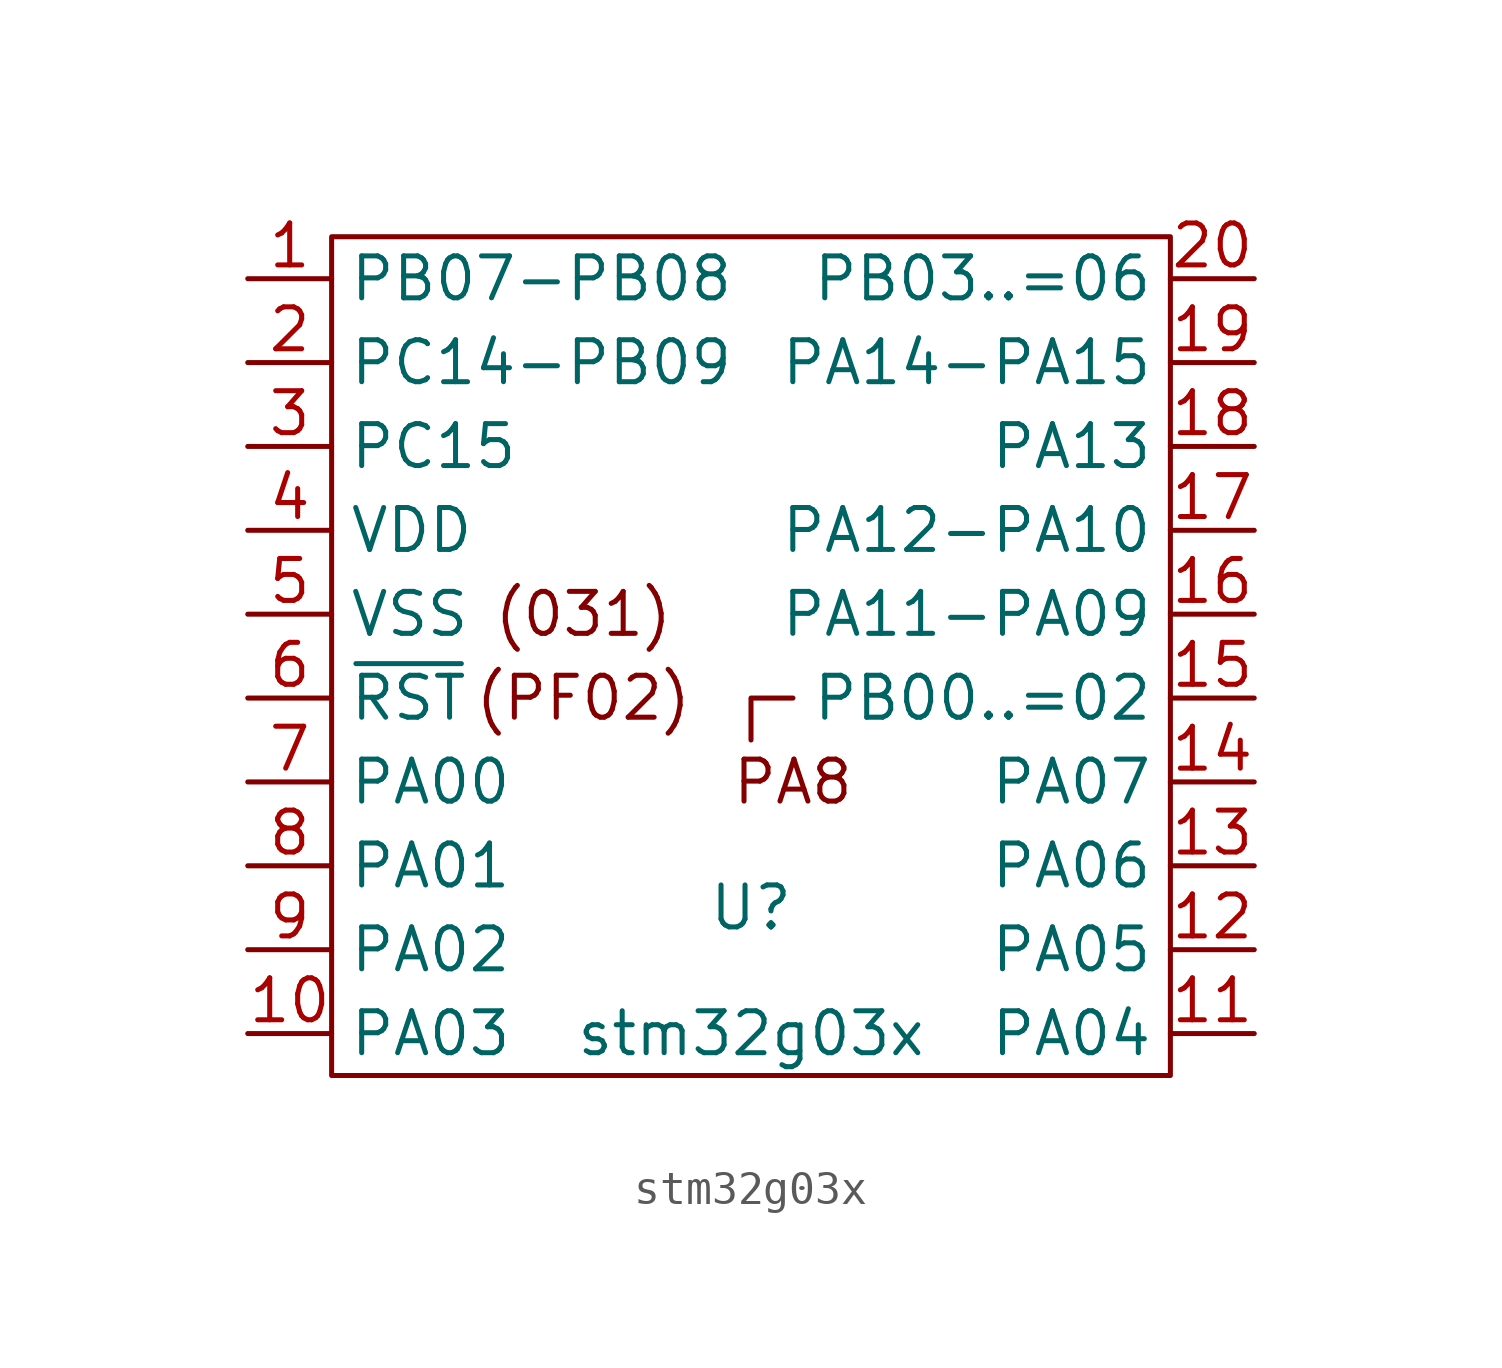
<source format=kicad_sym>
(kicad_symbol_lib
  (version 20211014)
  (generator kicad_symbol_editor)
  (symbol "stm32g03x"
    (property "Reference" "U"
      (at 0 -20.32 0)
      (effects (font (size 1.27 1.27))))
    (property "Value" "stm32g03x"
      (at 0 -24.13 0)
      (effects (font (size 1.27 1.27))))
    (symbol "stm32g03x_0_0"
      (polyline (pts (xy 0 -15.24) (xy 0 -13.97) (xy 1.27 -13.97)) (stroke (width 0) (type default) (color 0 0 0 0)) (fill (type none)))
      (text "(031)" (at -5.08 -11.43 0) (effects (font (size 1.27 1.27))))
      (text "(PF02)" (at -5.08 -13.97 0) (effects (font (size 1.27 1.27))))
      (text "PA8" (at 1.27 -16.51 0) (effects (font (size 1.27 1.27)))))
    (symbol "stm32g03x_0_1"
      (rectangle (start -12.7 0) (end 12.7 -25.4) (stroke (width 0) (type default) (color 0 0 0 0)) (fill (type none))))
    (symbol "stm32g03x_1_1"
      (pin bidirectional line (at -15.24 -1.27 0) (length 2.54) (name "PB07-PB08" (effects (font (size 1.27 1.27)))) (number "1" (effects (font (size 1.27 1.27)))))
      (pin bidirectional line (at -15.24 -24.13 0) (length 2.54) (name "PA03" (effects (font (size 1.27 1.27)))) (number "10" (effects (font (size 1.27 1.27)))))
      (pin bidirectional line (at 15.24 -24.13 180) (length 2.54) (name "PA04" (effects (font (size 1.27 1.27)))) (number "11" (effects (font (size 1.27 1.27)))))
      (pin bidirectional line (at 15.24 -21.59 180) (length 2.54) (name "PA05" (effects (font (size 1.27 1.27)))) (number "12" (effects (font (size 1.27 1.27)))))
      (pin bidirectional line (at 15.24 -19.05 180) (length 2.54) (name "PA06" (effects (font (size 1.27 1.27)))) (number "13" (effects (font (size 1.27 1.27)))))
      (pin bidirectional line (at 15.24 -16.51 180) (length 2.54) (name "PA07" (effects (font (size 1.27 1.27)))) (number "14" (effects (font (size 1.27 1.27)))))
      (pin bidirectional line (at 15.24 -13.97 180) (length 2.54) (name "PB00..=02" (effects (font (size 1.27 1.27)))) (number "15" (effects (font (size 1.27 1.27)))))
      (pin bidirectional line (at 15.24 -11.43 180) (length 2.54) (name "PA11-PA09" (effects (font (size 1.27 1.27)))) (number "16" (effects (font (size 1.27 1.27)))))
      (pin bidirectional line (at 15.24 -8.89 180) (length 2.54) (name "PA12-PA10" (effects (font (size 1.27 1.27)))) (number "17" (effects (font (size 1.27 1.27)))))
      (pin bidirectional line (at 15.24 -6.35 180) (length 2.54) (name "PA13" (effects (font (size 1.27 1.27)))) (number "18" (effects (font (size 1.27 1.27)))))
      (pin bidirectional line (at 15.24 -3.81 180) (length 2.54) (name "PA14-PA15" (effects (font (size 1.27 1.27)))) (number "19" (effects (font (size 1.27 1.27)))))
      (pin bidirectional line (at -15.24 -3.81 0) (length 2.54) (name "PC14-PB09" (effects (font (size 1.27 1.27)))) (number "2" (effects (font (size 1.27 1.27)))))
      (pin bidirectional line (at 15.24 -1.27 180) (length 2.54) (name "PB03..=06" (effects (font (size 1.27 1.27)))) (number "20" (effects (font (size 1.27 1.27)))))
      (pin bidirectional line (at -15.24 -6.35 0) (length 2.54) (name "PC15" (effects (font (size 1.27 1.27)))) (number "3" (effects (font (size 1.27 1.27)))))
      (pin power_in line (at -15.24 -8.89 0) (length 2.54) (name "VDD" (effects (font (size 1.27 1.27)))) (number "4" (effects (font (size 1.27 1.27)))))
      (pin power_in line (at -15.24 -11.43 0) (length 2.54) (name "VSS" (effects (font (size 1.27 1.27)))) (number "5" (effects (font (size 1.27 1.27)))))
      (pin input line (at -15.24 -13.97 0) (length 2.54) (name "~{RST}" (effects (font (size 1.27 1.27)))) (number "6" (effects (font (size 1.27 1.27)))))
      (pin bidirectional line (at -15.24 -16.51 0) (length 2.54) (name "PA00" (effects (font (size 1.27 1.27)))) (number "7" (effects (font (size 1.27 1.27)))))
      (pin bidirectional line (at -15.24 -19.05 0) (length 2.54) (name "PA01" (effects (font (size 1.27 1.27)))) (number "8" (effects (font (size 1.27 1.27)))))
      (pin bidirectional line (at -15.24 -21.59 0) (length 2.54) (name "PA02" (effects (font (size 1.27 1.27)))) (number "9" (effects (font (size 1.27 1.27))))))))
</source>
